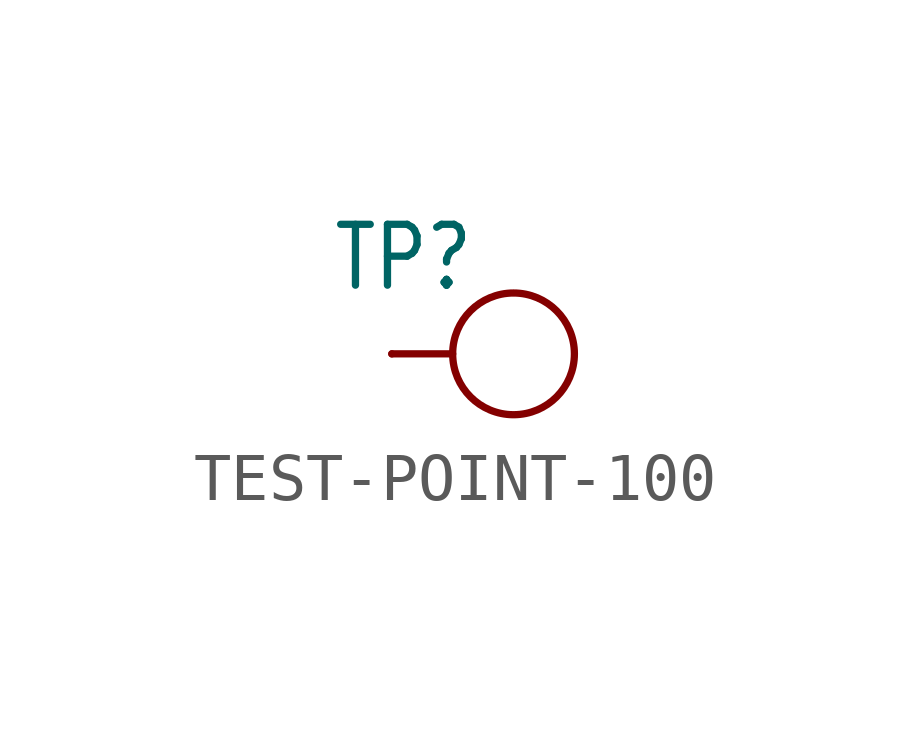
<source format=kicad_sym>
(kicad_symbol_lib
  (version 20241209)
  (generator "kicad_symbol_editor")
  (generator_version "9.0")
  (symbol "TEST-POINT-100"
    (property "Reference" "TP"
      (at -3.81 1.27 0)
      (effects (font (size 1.27 1.079)) (justify left bottom)))
    (property "ki_locked" ""
      (at 0 0 0)
      (effects (font (size 1.27 1.27))))
    (symbol "TEST-POINT-100_1_0"
      (polyline (pts (xy -2.54 0) (xy -1.27 0)) (stroke (width 0.152) (type solid)) (fill (type none)))
      (circle (center 0 0) (radius 1.27) (stroke (width 0.152) (type solid)) (fill (type none)))
      (pin bidirectional line (at -2.54 0 0) (length 0) (name "T" (effects (font (size 0 0)))) (number "T" (effects (font (size 0 0))))))))
</source>
